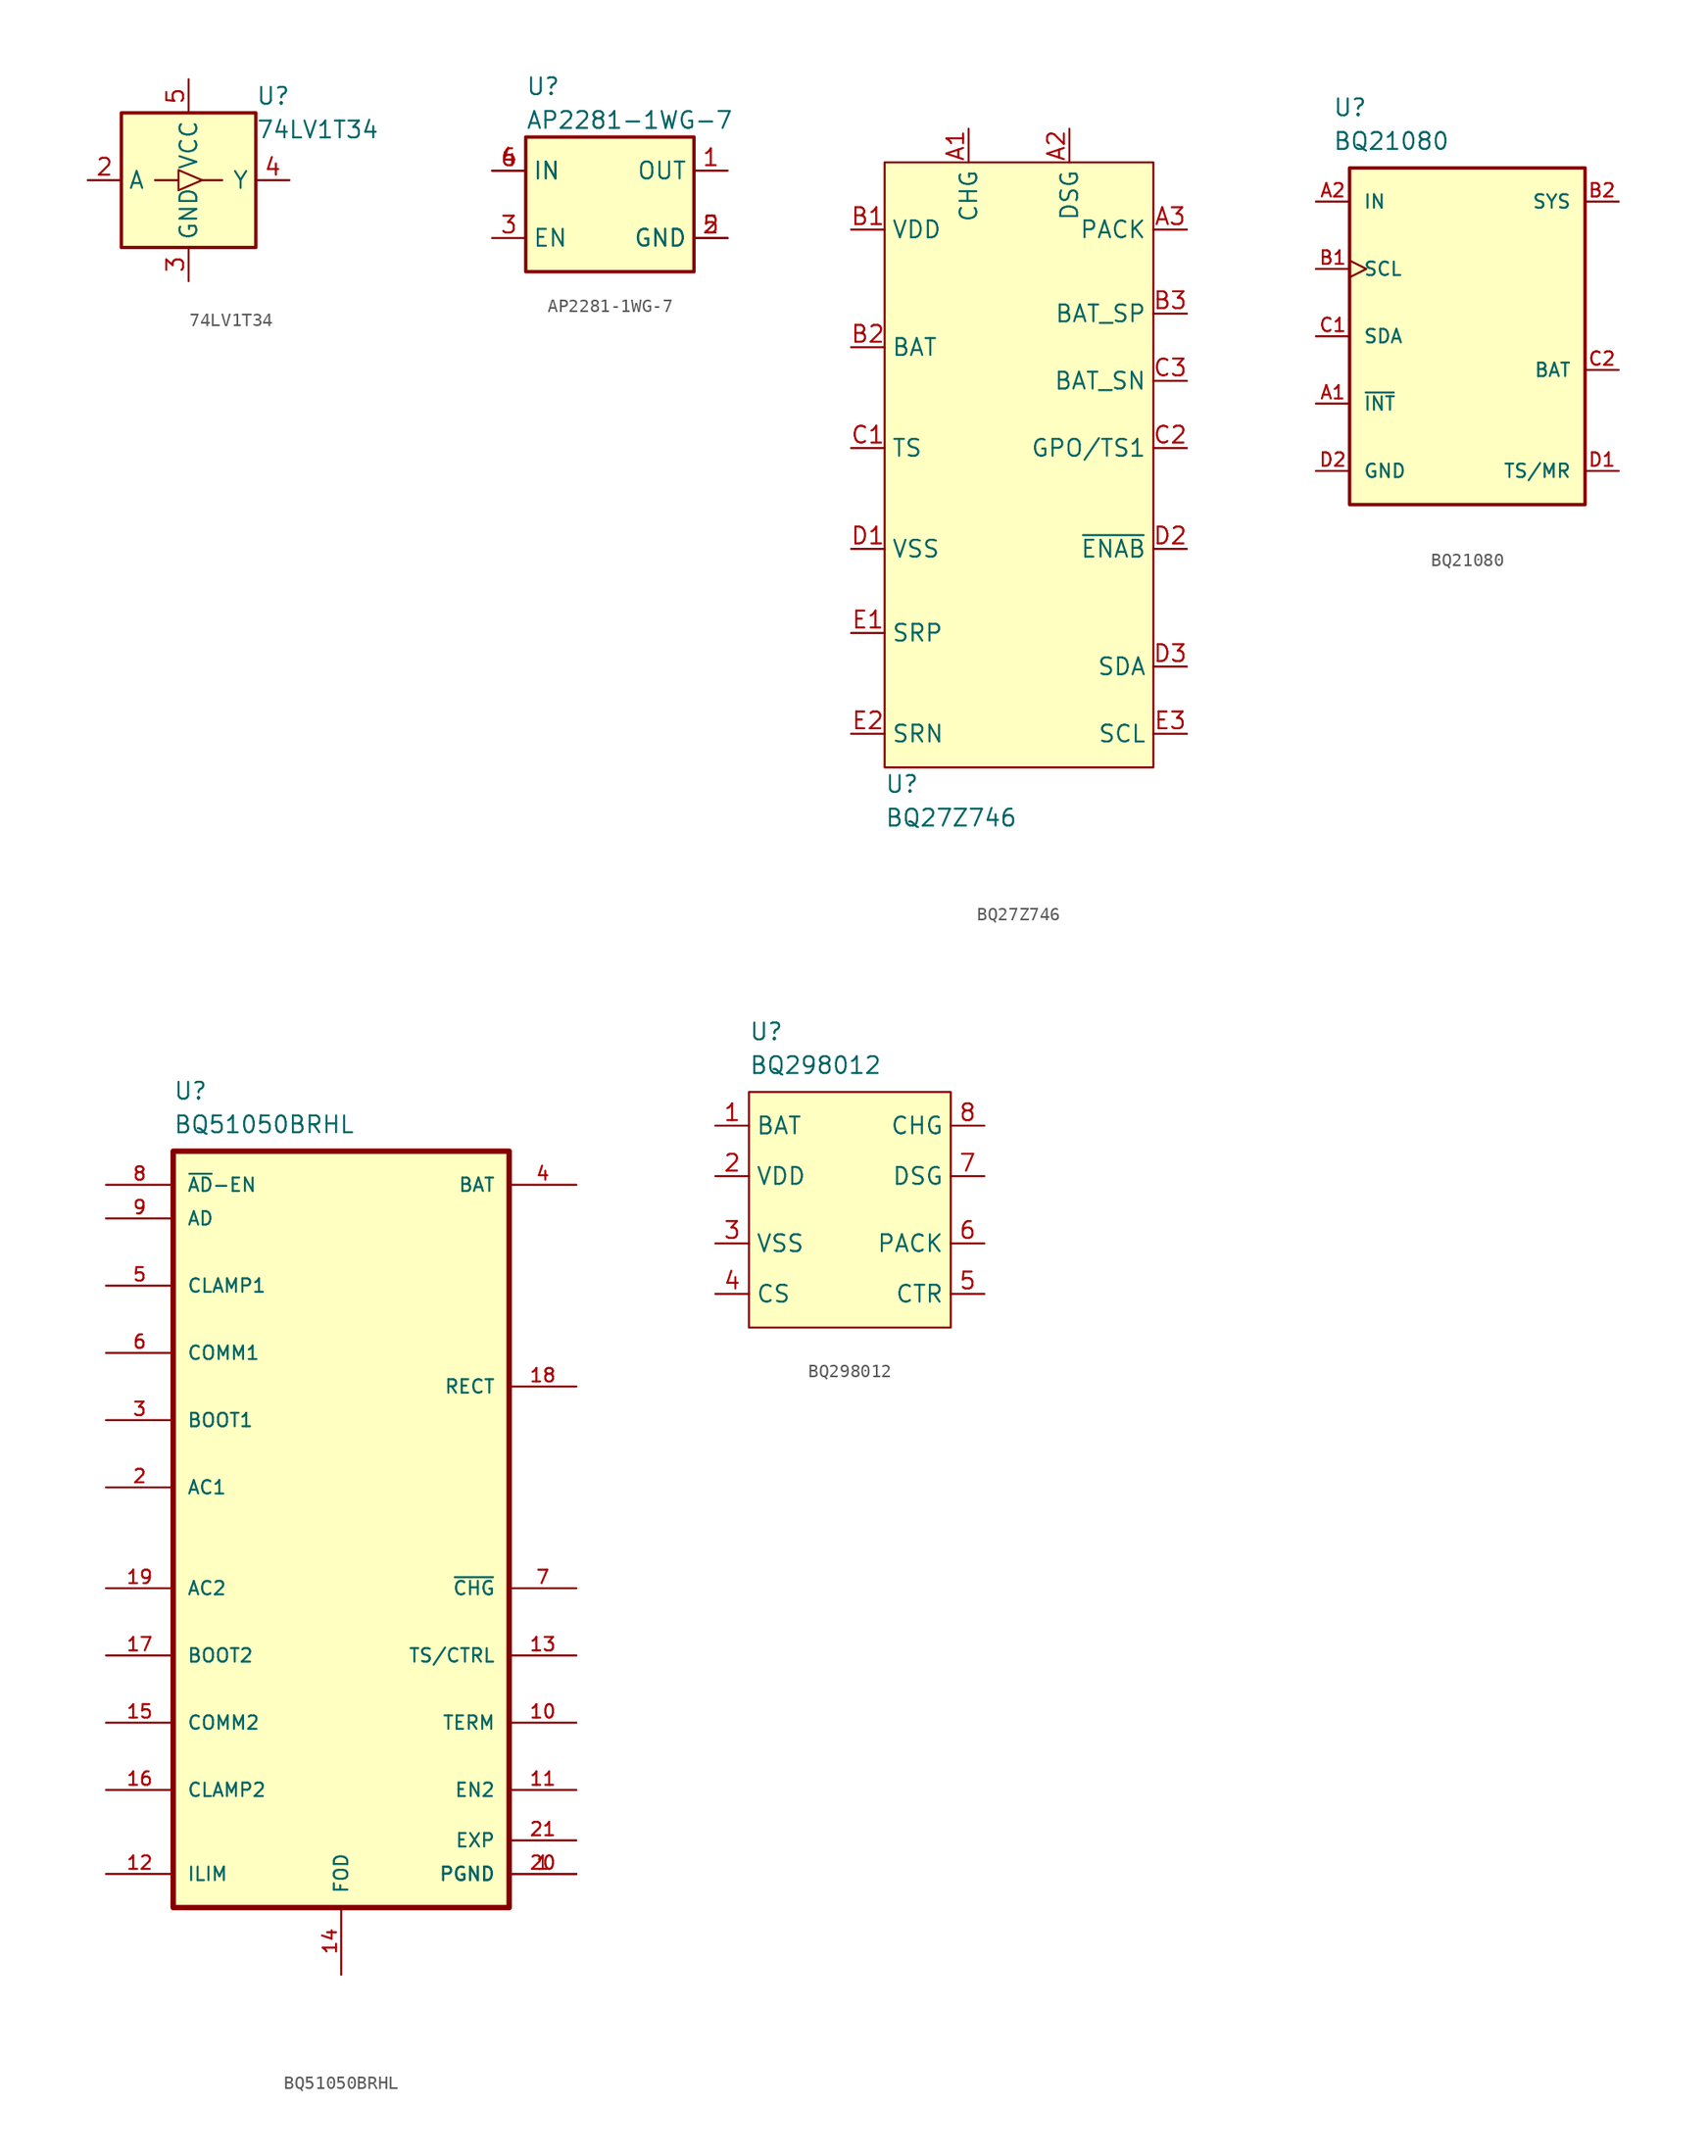
<source format=kicad_sym>
(kicad_symbol_lib
  (version 20241209)
  (generator "kicad_symbol_editor")
  (generator_version "9.0")
  (symbol "74LV1T34"
    (property "Reference" "U"
      (at 5.08 6.35 0)
      (effects (font (size 1.27 1.27)) (justify left)))
    (property "Value" "74LV1T34"
      (at 5.08 3.81 0)
      (effects (font (size 1.27 1.27)) (justify left)))
    (symbol "74LV1T34_0_1"
      (rectangle (start -5.08 5.08) (end 5.08 -5.08) (stroke (width 0.254) (type default)) (fill (type background)))
      (polyline (pts (xy -0.762 0) (xy -2.54 0)) (stroke (width 0) (type default)) (fill (type none)))
      (polyline (pts (xy 1.016 0) (xy 2.54 0)) (stroke (width 0) (type default)) (fill (type none))))
    (symbol "74LV1T34_1_1"
      (polyline (pts (xy -0.762 -0.762) (xy -0.762 0.762) (xy 1.016 0) (xy -0.762 -0.762)) (stroke (width 0) (type default)) (fill (type none)))
      (pin input line (at -7.62 0 0) (length 2.54) (name "A" (effects (font (size 1.27 1.27)))) (number "2" (effects (font (size 1.27 1.27)))))
      (pin no_connect line (at -5.08 2.54 0) (length 2.54) (hide yes) (name "NC" (effects (font (size 1.27 1.27)))) (number "1" (effects (font (size 1.27 1.27)))))
      (pin power_in line (at 0 7.62 270) (length 2.54) (name "VCC" (effects (font (size 1.27 1.27)))) (number "5" (effects (font (size 1.27 1.27)))))
      (pin power_in line (at 0 -7.62 90) (length 2.54) (name "GND" (effects (font (size 1.27 1.27)))) (number "3" (effects (font (size 1.27 1.27)))))
      (pin output line (at 7.62 0 180) (length 2.54) (name "Y" (effects (font (size 1.27 1.27)))) (number "4" (effects (font (size 1.27 1.27)))))))
  (symbol "AP2281-1WG-7"
    (property "Reference" "U"
      (at -6.35 8.89 0)
      (effects (font (size 1.27 1.27)) (justify left)))
    (property "Value" "AP2281-1WG-7"
      (at -6.35 6.35 0)
      (effects (font (size 1.27 1.27)) (justify left)))
    (symbol "AP2281-1WG-7_0_1"
      (rectangle (start -6.35 5.08) (end 6.35 -5.08) (stroke (width 0.254) (type default)) (fill (type background))))
    (symbol "AP2281-1WG-7_1_1"
      (pin power_in line (at -8.89 2.54 0) (length 2.54) (name "IN" (effects (font (size 1.27 1.27)))) (number "4" (effects (font (size 1.27 1.27)))))
      (pin power_in line (at -8.89 2.54 0) (length 2.54) (name "IN" (effects (font (size 1.27 1.27)))) (number "6" (effects (font (size 1.27 1.27)))))
      (pin input line (at -8.89 -2.54 0) (length 2.54) (name "EN" (effects (font (size 1.27 1.27)))) (number "3" (effects (font (size 1.27 1.27)))))
      (pin power_out line (at 8.89 2.54 180) (length 2.54) (name "OUT" (effects (font (size 1.27 1.27)))) (number "1" (effects (font (size 1.27 1.27)))))
      (pin power_in line (at 8.89 -2.54 180) (length 2.54) (name "GND" (effects (font (size 1.27 1.27)))) (number "2" (effects (font (size 1.27 1.27)))))
      (pin power_in line (at 8.89 -2.54 180) (length 2.54) (name "GND" (effects (font (size 1.27 1.27)))) (number "5" (effects (font (size 1.27 1.27)))))))
  (symbol "BQ27Z746"
    (property "Reference" "U"
      (at -10.16 -26.67 0)
      (do_not_autoplace)
      (effects (font (size 1.27 1.27)) (justify left)))
    (property "Value" "BQ27Z746"
      (at -10.16 -29.21 0)
      (do_not_autoplace)
      (effects (font (size 1.27 1.27)) (justify left)))
    (symbol "BQ27Z746_1_1"
      (rectangle (start -10.16 20.32) (end 10.16 -25.4) (stroke (width 0) (type default)) (fill (type background)))
      (pin power_in line (at -12.7 15.24 0) (length 2.54) (name "VDD" (effects (font (size 1.27 1.27)))) (number "B1" (effects (font (size 1.27 1.27)))))
      (pin input line (at -12.7 6.35 0) (length 2.54) (name "BAT" (effects (font (size 1.27 1.27)))) (number "B2" (effects (font (size 1.27 1.27)))))
      (pin input line (at -12.7 -1.27 0) (length 2.54) (name "TS" (effects (font (size 1.27 1.27)))) (number "C1" (effects (font (size 1.27 1.27)))))
      (pin power_in line (at -12.7 -8.89 0) (length 2.54) (name "VSS" (effects (font (size 1.27 1.27)))) (number "D1" (effects (font (size 1.27 1.27)))))
      (pin input line (at -12.7 -15.24 0) (length 2.54) (name "SRP" (effects (font (size 1.27 1.27)))) (number "E1" (effects (font (size 1.27 1.27)))))
      (pin input line (at -12.7 -22.86 0) (length 2.54) (name "SRN" (effects (font (size 1.27 1.27)))) (number "E2" (effects (font (size 1.27 1.27)))))
      (pin output line (at -3.81 22.86 270) (length 2.54) (name "CHG" (effects (font (size 1.27 1.27)))) (number "A1" (effects (font (size 1.27 1.27)))))
      (pin output line (at 3.81 22.86 270) (length 2.54) (name "DSG" (effects (font (size 1.27 1.27)))) (number "A2" (effects (font (size 1.27 1.27)))))
      (pin input line (at 12.7 15.24 180) (length 2.54) (name "PACK" (effects (font (size 1.27 1.27)))) (number "A3" (effects (font (size 1.27 1.27)))))
      (pin output line (at 12.7 8.89 180) (length 2.54) (name "BAT_SP" (effects (font (size 1.27 1.27)))) (number "B3" (effects (font (size 1.27 1.27)))))
      (pin output line (at 12.7 3.81 180) (length 2.54) (name "BAT_SN" (effects (font (size 1.27 1.27)))) (number "C3" (effects (font (size 1.27 1.27)))))
      (pin bidirectional line (at 12.7 -1.27 180) (length 2.54) (name "GPO/TS1" (effects (font (size 1.27 1.27)))) (number "C2" (effects (font (size 1.27 1.27)))))
      (pin input line (at 12.7 -8.89 180) (length 2.54) (name "~{ENAB}" (effects (font (size 1.27 1.27)))) (number "D2" (effects (font (size 1.27 1.27)))))
      (pin bidirectional line (at 12.7 -17.78 180) (length 2.54) (name "SDA" (effects (font (size 1.27 1.27)))) (number "D3" (effects (font (size 1.27 1.27)))))
      (pin bidirectional line (at 12.7 -22.86 180) (length 2.54) (name "SCL" (effects (font (size 1.27 1.27)))) (number "E3" (effects (font (size 1.27 1.27)))))))
  (symbol "BQ21080"
    (pin_names
      (offset 1.016))
    (property "Reference" "U"
      (at -10.16 16.51 0)
      (effects (font (size 1.27 1.27)) (justify left bottom)))
    (property "Value" "BQ21080"
      (at -10.16 13.97 0)
      (effects (font (size 1.27 1.27)) (justify left bottom)))
    (symbol "BQ21080_0_0"
      (rectangle (start -8.89 12.7) (end 8.89 -12.7) (stroke (width 0.254) (type default)) (fill (type background)))
      (pin bidirectional clock (at -11.43 5.08 0) (length 2.54) (name "SCL" (effects (font (size 1.016 1.016)))) (number "B1" (effects (font (size 1.016 1.016)))))
      (pin bidirectional line (at -11.43 0 0) (length 2.54) (name "SDA" (effects (font (size 1.016 1.016)))) (number "C1" (effects (font (size 1.016 1.016)))))
      (pin output line (at -11.43 -5.08 0) (length 2.54) (name "~{INT}" (effects (font (size 1.016 1.016)))) (number "A1" (effects (font (size 1.016 1.016)))))
      (pin power_in line (at -11.43 -10.16 0) (length 2.54) (name "GND" (effects (font (size 1.016 1.016)))) (number "D2" (effects (font (size 1.016 1.016)))))
      (pin power_in line (at 11.43 -2.54 180) (length 2.54) (name "BAT" (effects (font (size 1.016 1.016)))) (number "C2" (effects (font (size 1.016 1.016)))))
      (pin bidirectional line (at 11.43 -10.16 180) (length 2.54) (name "TS/MR" (effects (font (size 1.016 1.016)))) (number "D1" (effects (font (size 1.016 1.016))))))
    (symbol "BQ21080_1_0"
      (pin power_in line (at -11.43 10.16 0) (length 2.54) (name "IN" (effects (font (size 1.016 1.016)))) (number "A2" (effects (font (size 1.016 1.016)))))
      (pin power_out line (at 11.43 10.16 180) (length 2.54) (name "SYS" (effects (font (size 1.016 1.016)))) (number "B2" (effects (font (size 1.016 1.016)))))))
  (symbol "BQ51050BRHL"
    (pin_names
      (offset 1.016))
    (property "Reference" "U"
      (at -12.7 31.75 0)
      (effects (font (size 1.27 1.27)) (justify left bottom)))
    (property "Value" "BQ51050BRHL"
      (at -12.7 29.21 0)
      (effects (font (size 1.27 1.27)) (justify left bottom)))
    (symbol "BQ51050BRHL_0_0"
      (rectangle (start -12.7 27.94) (end 12.7 -29.21) (stroke (width 0.41) (type default)) (fill (type background)))
      (pin output line (at -17.78 25.4 0) (length 5.08) (name "~{AD}-EN" (effects (font (size 1.016 1.016)))) (number "8" (effects (font (size 1.016 1.016)))))
      (pin input line (at -17.78 22.86 0) (length 5.08) (name "AD" (effects (font (size 1.016 1.016)))) (number "9" (effects (font (size 1.016 1.016)))))
      (pin output line (at -17.78 17.78 0) (length 5.08) (name "CLAMP1" (effects (font (size 1.016 1.016)))) (number "5" (effects (font (size 1.016 1.016)))))
      (pin output line (at -17.78 12.7 0) (length 5.08) (name "COMM1" (effects (font (size 1.016 1.016)))) (number "6" (effects (font (size 1.016 1.016)))))
      (pin output line (at -17.78 7.62 0) (length 5.08) (name "BOOT1" (effects (font (size 1.016 1.016)))) (number "3" (effects (font (size 1.016 1.016)))))
      (pin input line (at -17.78 2.54 0) (length 5.08) (name "AC1" (effects (font (size 1.016 1.016)))) (number "2" (effects (font (size 1.016 1.016)))))
      (pin input line (at -17.78 -5.08 0) (length 5.08) (name "AC2" (effects (font (size 1.016 1.016)))) (number "19" (effects (font (size 1.016 1.016)))))
      (pin output line (at -17.78 -10.16 0) (length 5.08) (name "BOOT2" (effects (font (size 1.016 1.016)))) (number "17" (effects (font (size 1.016 1.016)))))
      (pin output line (at -17.78 -15.24 0) (length 5.08) (name "COMM2" (effects (font (size 1.016 1.016)))) (number "15" (effects (font (size 1.016 1.016)))))
      (pin output line (at -17.78 -20.32 0) (length 5.08) (name "CLAMP2" (effects (font (size 1.016 1.016)))) (number "16" (effects (font (size 1.016 1.016)))))
      (pin bidirectional line (at -17.78 -26.67 0) (length 5.08) (name "ILIM" (effects (font (size 1.016 1.016)))) (number "12" (effects (font (size 1.016 1.016)))))
      (pin input line (at 0 -34.29 90) (length 5.08) (name "FOD" (effects (font (size 1.016 1.016)))) (number "14" (effects (font (size 1.016 1.016)))))
      (pin output line (at 17.78 10.16 180) (length 5.08) (name "RECT" (effects (font (size 1.016 1.016)))) (number "18" (effects (font (size 1.016 1.016)))))
      (pin output line (at 17.78 -5.08 180) (length 5.08) (name "~{CHG}" (effects (font (size 1.016 1.016)))) (number "7" (effects (font (size 1.016 1.016)))))
      (pin input line (at 17.78 -10.16 180) (length 5.08) (name "TS/CTRL" (effects (font (size 1.016 1.016)))) (number "13" (effects (font (size 1.016 1.016)))))
      (pin input line (at 17.78 -20.32 180) (length 5.08) (name "EN2" (effects (font (size 1.016 1.016)))) (number "11" (effects (font (size 1.016 1.016)))))
      (pin power_in line (at 17.78 -24.13 180) (length 5.08) (name "EXP" (effects (font (size 1.016 1.016)))) (number "21" (effects (font (size 1.016 1.016)))))
      (pin power_in line (at 17.78 -26.67 180) (length 5.08) (name "PGND" (effects (font (size 1.016 1.016)))) (number "1" (effects (font (size 1.016 1.016)))))
      (pin power_in line (at 17.78 -26.67 180) (length 5.08) (name "PGND" (effects (font (size 1.016 1.016)))) (number "20" (effects (font (size 1.016 1.016))))))
    (symbol "BQ51050BRHL_1_0"
      (pin output line (at 17.78 25.4 180) (length 5.08) (name "BAT" (effects (font (size 1.016 1.016)))) (number "4" (effects (font (size 1.016 1.016)))))
      (pin input line (at 17.78 -15.24 180) (length 5.08) (name "TERM" (effects (font (size 1.016 1.016)))) (number "10" (effects (font (size 1.016 1.016)))))))
  (symbol "BQ298012"
    (property "Reference" "U"
      (at -7.62 12.7 0)
      (effects (font (size 1.27 1.27)) (justify left bottom)))
    (property "Value" "BQ298012"
      (at -7.62 10.16 0)
      (effects (font (size 1.27 1.27)) (justify left bottom)))
    (symbol "BQ298012_1_1"
      (rectangle (start -7.62 8.89) (end 7.62 -8.89) (stroke (width 0) (type default)) (fill (type background)))
      (pin input line (at -10.16 6.35 0) (length 2.54) (name "BAT" (effects (font (size 1.27 1.27)))) (number "1" (effects (font (size 1.27 1.27)))))
      (pin input line (at -10.16 2.54 0) (length 2.54) (name "VDD" (effects (font (size 1.27 1.27)))) (number "2" (effects (font (size 1.27 1.27)))))
      (pin input line (at -10.16 -2.54 0) (length 2.54) (name "VSS" (effects (font (size 1.27 1.27)))) (number "3" (effects (font (size 1.27 1.27)))))
      (pin input line (at -10.16 -6.35 0) (length 2.54) (name "CS" (effects (font (size 1.27 1.27)))) (number "4" (effects (font (size 1.27 1.27)))))
      (pin output line (at 10.16 6.35 180) (length 2.54) (name "CHG" (effects (font (size 1.27 1.27)))) (number "8" (effects (font (size 1.27 1.27)))))
      (pin output line (at 10.16 2.54 180) (length 2.54) (name "DSG" (effects (font (size 1.27 1.27)))) (number "7" (effects (font (size 1.27 1.27)))))
      (pin input line (at 10.16 -2.54 180) (length 2.54) (name "PACK" (effects (font (size 1.27 1.27)))) (number "6" (effects (font (size 1.27 1.27)))))
      (pin input line (at 10.16 -6.35 180) (length 2.54) (name "CTR" (effects (font (size 1.27 1.27)))) (number "5" (effects (font (size 1.27 1.27))))))))
</source>
